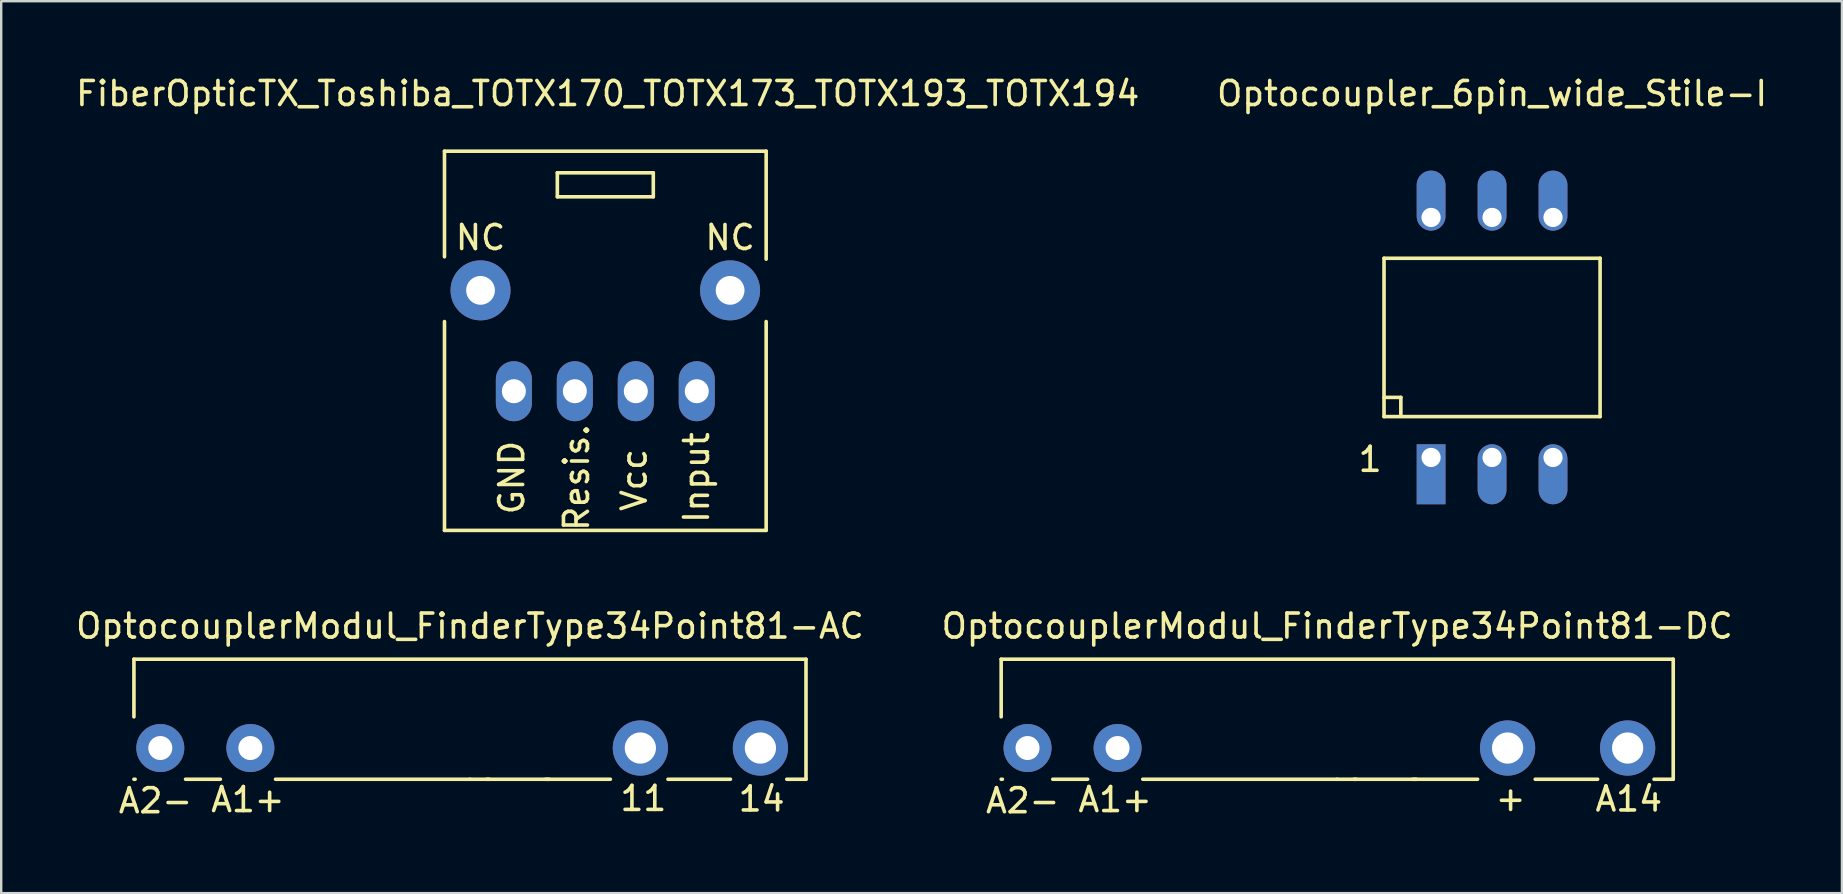
<source format=kicad_pcb>
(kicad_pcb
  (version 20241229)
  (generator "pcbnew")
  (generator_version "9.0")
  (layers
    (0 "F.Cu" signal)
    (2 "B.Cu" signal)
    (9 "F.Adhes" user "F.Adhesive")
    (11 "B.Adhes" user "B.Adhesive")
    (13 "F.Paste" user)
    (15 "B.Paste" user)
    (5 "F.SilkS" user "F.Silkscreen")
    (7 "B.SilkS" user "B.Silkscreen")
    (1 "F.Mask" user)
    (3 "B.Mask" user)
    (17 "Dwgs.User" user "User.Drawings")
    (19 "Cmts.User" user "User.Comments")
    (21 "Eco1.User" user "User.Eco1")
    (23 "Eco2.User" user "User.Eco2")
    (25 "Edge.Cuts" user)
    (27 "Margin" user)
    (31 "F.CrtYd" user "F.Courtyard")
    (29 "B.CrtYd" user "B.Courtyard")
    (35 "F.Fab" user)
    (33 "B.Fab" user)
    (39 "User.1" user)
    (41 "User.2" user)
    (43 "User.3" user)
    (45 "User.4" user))
  (footprint "OptocouplerModul_FinderType34Point81-DC"
    (layer "F.Cu")
    (at 52.661 28.115)
    (property "Reference" "OptocouplerModul_FinderType34Point81-DC" (at 0 -5.08 0) (layer "F.SilkS") (effects (font (size 1 1) (thickness 0.15))))
    (attr through_hole)
    (fp_line (start -14 -3.701) (end -14 -1.3) (stroke (width 0.15) (type solid)) (layer "F.SilkS"))
    (fp_line (start -14 1.3) (end -13.95 1.3) (stroke (width 0.15) (type solid)) (layer "F.SilkS"))
    (fp_line (start -11.849 1.3) (end -10.399 1.3) (stroke (width 0.15) (type solid)) (layer "F.SilkS"))
    (fp_line (start -8.1 1.3) (end 0 1.3) (stroke (width 0.15) (type solid)) (layer "F.SilkS"))
    (fp_line (start 0 1.3) (end 0.8 1.3) (stroke (width 0.15) (type solid)) (layer "F.SilkS"))
    (fp_line (start 3.15 1.3) (end 5.85 1.3) (stroke (width 0.15) (type solid)) (layer "F.SilkS"))
    (fp_line (start 3.299 1.3) (end 0.701 1.3) (stroke (width 0.15) (type solid)) (layer "F.SilkS"))
    (fp_line (start 8.25 1.3) (end 10.851 1.3) (stroke (width 0.15) (type solid)) (layer "F.SilkS"))
    (fp_line (start 13.2 1.3) (end 14 1.3) (stroke (width 0.15) (type solid)) (layer "F.SilkS"))
    (fp_line (start 14 -3.701) (end -14 -3.701) (stroke (width 0.15) (type solid)) (layer "F.SilkS"))
    (fp_line (start 14 1.3) (end 14 -3.701) (stroke (width 0.15) (type solid)) (layer "F.SilkS"))
    (fp_text user "+" (at 7.224 2.101 0) (layer "F.SilkS") (effects (font (size 1 1) (thickness 0.15))))
    (fp_text user "A2-" (at -13.101 2.197 0) (layer "F.SilkS") (effects (font (size 1 1) (thickness 0.15))))
    (fp_text user "A14" (at 12.149 2.123 0) (layer "F.SilkS") (effects (font (size 1 1) (thickness 0.15))))
    (fp_text user "A1+" (at -9.251 2.149 0) (layer "F.SilkS") (effects (font (size 1 1) (thickness 0.15))))
    (pad "11" thru_hole circle (at 7.099 0) (size 2.301 2.301) (drill 1.3) (layers "*.Cu" "*.Mask"))
    (pad "14" thru_hole circle (at 12.101 0) (size 2.301 2.301) (drill 1.3) (layers "*.Cu" "*.Mask"))
    (pad "A1" thru_hole circle (at -9.149 0) (size 1.999 1.999) (drill 1.001) (layers "*.Cu" "*.Mask"))
    (pad "A2" thru_hole circle (at -12.901 0) (size 1.999 1.999) (drill 1.001) (layers "*.Cu" "*.Mask")))
  (footprint "Optocoupler_6pin_wide_Stile-I"
    (layer "F.Cu")
    (at 59.113 11.008)
    (property "Reference" "Optocoupler_6pin_wide_Stile-I" (at 0 -10.16 0) (layer "F.SilkS") (effects (font (size 1 1) (thickness 0.15))))
    (attr through_hole)
    (fp_line (start -4.501 -3.299) (end 4.501 -3.299) (stroke (width 0.15) (type solid)) (layer "F.SilkS"))
    (fp_line (start -4.501 2.499) (end -3.8 2.499) (stroke (width 0.15) (type solid)) (layer "F.SilkS"))
    (fp_line (start -4.501 3.299) (end -4.501 -3.299) (stroke (width 0.15) (type solid)) (layer "F.SilkS"))
    (fp_line (start -3.8 2.499) (end -3.8 3.2) (stroke (width 0.15) (type solid)) (layer "F.SilkS"))
    (fp_line (start 4.501 -3.299) (end 4.501 3.299) (stroke (width 0.15) (type solid)) (layer "F.SilkS"))
    (fp_line (start 4.501 3.299) (end -4.501 3.299) (stroke (width 0.15) (type solid)) (layer "F.SilkS"))
    (fp_text user "1" (at -5.08 5.08 0) (layer "F.SilkS") (effects (font (size 1 1) (thickness 0.15))))
    (pad "1" thru_hole rect (at -2.54 5.001) (size 1.199 2.499) (drill 0.8 (offset 0 0.701)) (layers "*.Cu" "*.Mask"))
    (pad "2" thru_hole oval (at 0 5.001) (size 1.199 2.499) (drill 0.8 (offset 0 0.701)) (layers "*.Cu" "*.Mask"))
    (pad "3" thru_hole oval (at 2.54 5.001) (size 1.199 2.499) (drill 0.8 (offset 0 0.701)) (layers "*.Cu" "*.Mask"))
    (pad "4" thru_hole oval (at 2.54 -4.999) (size 1.199 2.499) (drill 0.8 (offset 0 -0.701)) (layers "*.Cu" "*.Mask"))
    (pad "5" thru_hole oval (at 0 -4.999) (size 1.199 2.499) (drill 0.8 (offset 0 -0.701)) (layers "*.Cu" "*.Mask"))
    (pad "6" thru_hole oval (at -2.54 -4.999) (size 1.199 2.499) (drill 0.8 (offset 0 -0.701)) (layers "*.Cu" "*.Mask")))
  (footprint "FiberOpticTX_Toshiba_TOTX170_TOTX173_TOTX193_TOTX194"
    (layer "F.Cu")
    (at 22.169 11.148)
    (property "Reference" "FiberOpticTX_Toshiba_TOTX170_TOTX173_TOTX193_TOTX194" (at 0.099 -10.3 0) (layer "F.SilkS") (effects (font (size 1 1) (thickness 0.15))))
    (attr through_hole)
    (fp_line (start -6.701 -7.899) (end -6.701 -3.5) (stroke (width 0.15) (type solid)) (layer "F.SilkS"))
    (fp_line (start -6.701 7.899) (end -6.701 -0.8) (stroke (width 0.15) (type solid)) (layer "F.SilkS"))
    (fp_line (start -6.701 7.899) (end 6.701 7.899) (stroke (width 0.15) (type solid)) (layer "F.SilkS"))
    (fp_line (start -1.999 -7) (end 1.999 -7) (stroke (width 0.15) (type solid)) (layer "F.SilkS"))
    (fp_line (start -1.999 -5.999) (end -1.999 -7) (stroke (width 0.15) (type solid)) (layer "F.SilkS"))
    (fp_line (start 1.999 -7) (end 1.999 -5.999) (stroke (width 0.15) (type solid)) (layer "F.SilkS"))
    (fp_line (start 1.999 -5.999) (end -1.999 -5.999) (stroke (width 0.15) (type solid)) (layer "F.SilkS"))
    (fp_line (start 6.701 -7.899) (end -6.701 -7.899) (stroke (width 0.15) (type solid)) (layer "F.SilkS"))
    (fp_line (start 6.701 -7.899) (end 6.701 -3.401) (stroke (width 0.15) (type solid)) (layer "F.SilkS"))
    (fp_line (start 6.701 7.899) (end 6.701 -0.8) (stroke (width 0.15) (type solid)) (layer "F.SilkS"))
    (fp_text user "Resis." (at -1.199 5.7 90) (layer "F.SilkS") (effects (font (size 1 1) (thickness 0.15))))
    (fp_text user "GND" (at -3.899 5.7 90) (layer "F.SilkS") (effects (font (size 1 1) (thickness 0.15))))
    (fp_text user "NC" (at -5.199 -4.3 0) (layer "F.SilkS") (effects (font (size 1 1) (thickness 0.15))))
    (fp_text user "Input" (at 3.8 5.7 90) (layer "F.SilkS") (effects (font (size 1 1) (thickness 0.15))))
    (fp_text user "Vcc" (at 1.199 5.799 90) (layer "F.SilkS") (effects (font (size 1 1) (thickness 0.15))))
    (fp_text user "NC" (at 5.199 -4.3 0) (layer "F.SilkS") (effects (font (size 1 1) (thickness 0.15))))
    (pad "1" thru_hole oval (at -3.81 2.101) (size 1.501 2.499) (drill 1.001) (layers "*.Cu" "*.Mask"))
    (pad "2" thru_hole oval (at -1.27 2.101) (size 1.501 2.499) (drill 1.001) (layers "*.Cu" "*.Mask"))
    (pad "3" thru_hole oval (at 1.27 2.101) (size 1.501 2.499) (drill 1.001) (layers "*.Cu" "*.Mask"))
    (pad "4" thru_hole oval (at 3.81 2.101) (size 1.501 2.499) (drill 1.001) (layers "*.Cu" "*.Mask"))
    (pad "5" thru_hole circle (at 5.199 -2.101) (size 2.499 2.499) (drill 1.199) (layers "*.Cu" "*.Mask"))
    (pad "6" thru_hole circle (at -5.199 -2.101) (size 2.499 2.499) (drill 1.199) (layers "*.Cu" "*.Mask")))
  (footprint "OptocouplerModul_FinderType34Point81-AC"
    (layer "F.Cu")
    (at 16.53 28.115)
    (property "Reference" "OptocouplerModul_FinderType34Point81-AC" (at 0 -5.08 0) (layer "F.SilkS") (effects (font (size 1 1) (thickness 0.15))))
    (attr through_hole)
    (fp_line (start -14 -3.701) (end -14 -1.3) (stroke (width 0.15) (type solid)) (layer "F.SilkS"))
    (fp_line (start -14 1.3) (end -13.95 1.3) (stroke (width 0.15) (type solid)) (layer "F.SilkS"))
    (fp_line (start -11.849 1.3) (end -10.399 1.3) (stroke (width 0.15) (type solid)) (layer "F.SilkS"))
    (fp_line (start -8.1 1.3) (end 0 1.3) (stroke (width 0.15) (type solid)) (layer "F.SilkS"))
    (fp_line (start 0 1.3) (end 0.8 1.3) (stroke (width 0.15) (type solid)) (layer "F.SilkS"))
    (fp_line (start 3.15 1.3) (end 5.85 1.3) (stroke (width 0.15) (type solid)) (layer "F.SilkS"))
    (fp_line (start 3.299 1.3) (end 0.701 1.3) (stroke (width 0.15) (type solid)) (layer "F.SilkS"))
    (fp_line (start 8.25 1.3) (end 10.851 1.3) (stroke (width 0.15) (type solid)) (layer "F.SilkS"))
    (fp_line (start 13.2 1.3) (end 14 1.3) (stroke (width 0.15) (type solid)) (layer "F.SilkS"))
    (fp_line (start 14 -3.701) (end -14 -3.701) (stroke (width 0.15) (type solid)) (layer "F.SilkS"))
    (fp_line (start 14 1.3) (end 14 -3.701) (stroke (width 0.15) (type solid)) (layer "F.SilkS"))
    (fp_text user "A1+" (at -9.251 2.149 0) (layer "F.SilkS") (effects (font (size 1 1) (thickness 0.15))))
    (fp_text user "14" (at 12.149 2.123 0) (layer "F.SilkS") (effects (font (size 1 1) (thickness 0.15))))
    (fp_text user "A2-" (at -13.101 2.197 0) (layer "F.SilkS") (effects (font (size 1 1) (thickness 0.15))))
    (fp_text user "11" (at 7.224 2.101 0) (layer "F.SilkS") (effects (font (size 1 1) (thickness 0.15))))
    (pad "11" thru_hole circle (at 7.099 0) (size 2.301 2.301) (drill 1.3) (layers "*.Cu" "*.Mask"))
    (pad "14" thru_hole circle (at 12.101 0) (size 2.301 2.301) (drill 1.3) (layers "*.Cu" "*.Mask"))
    (pad "A1" thru_hole circle (at -9.149 0) (size 1.999 1.999) (drill 1.001) (layers "*.Cu" "*.Mask"))
    (pad "A2" thru_hole circle (at -12.901 0) (size 1.999 1.999) (drill 1.001) (layers "*.Cu" "*.Mask")))
  (gr_rect
    (start -3 -3)
    (end 73.69 34.161)
    (stroke (width 0.1) (type default))
    (fill no)
    (layer "Edge.Cuts")))
</source>
